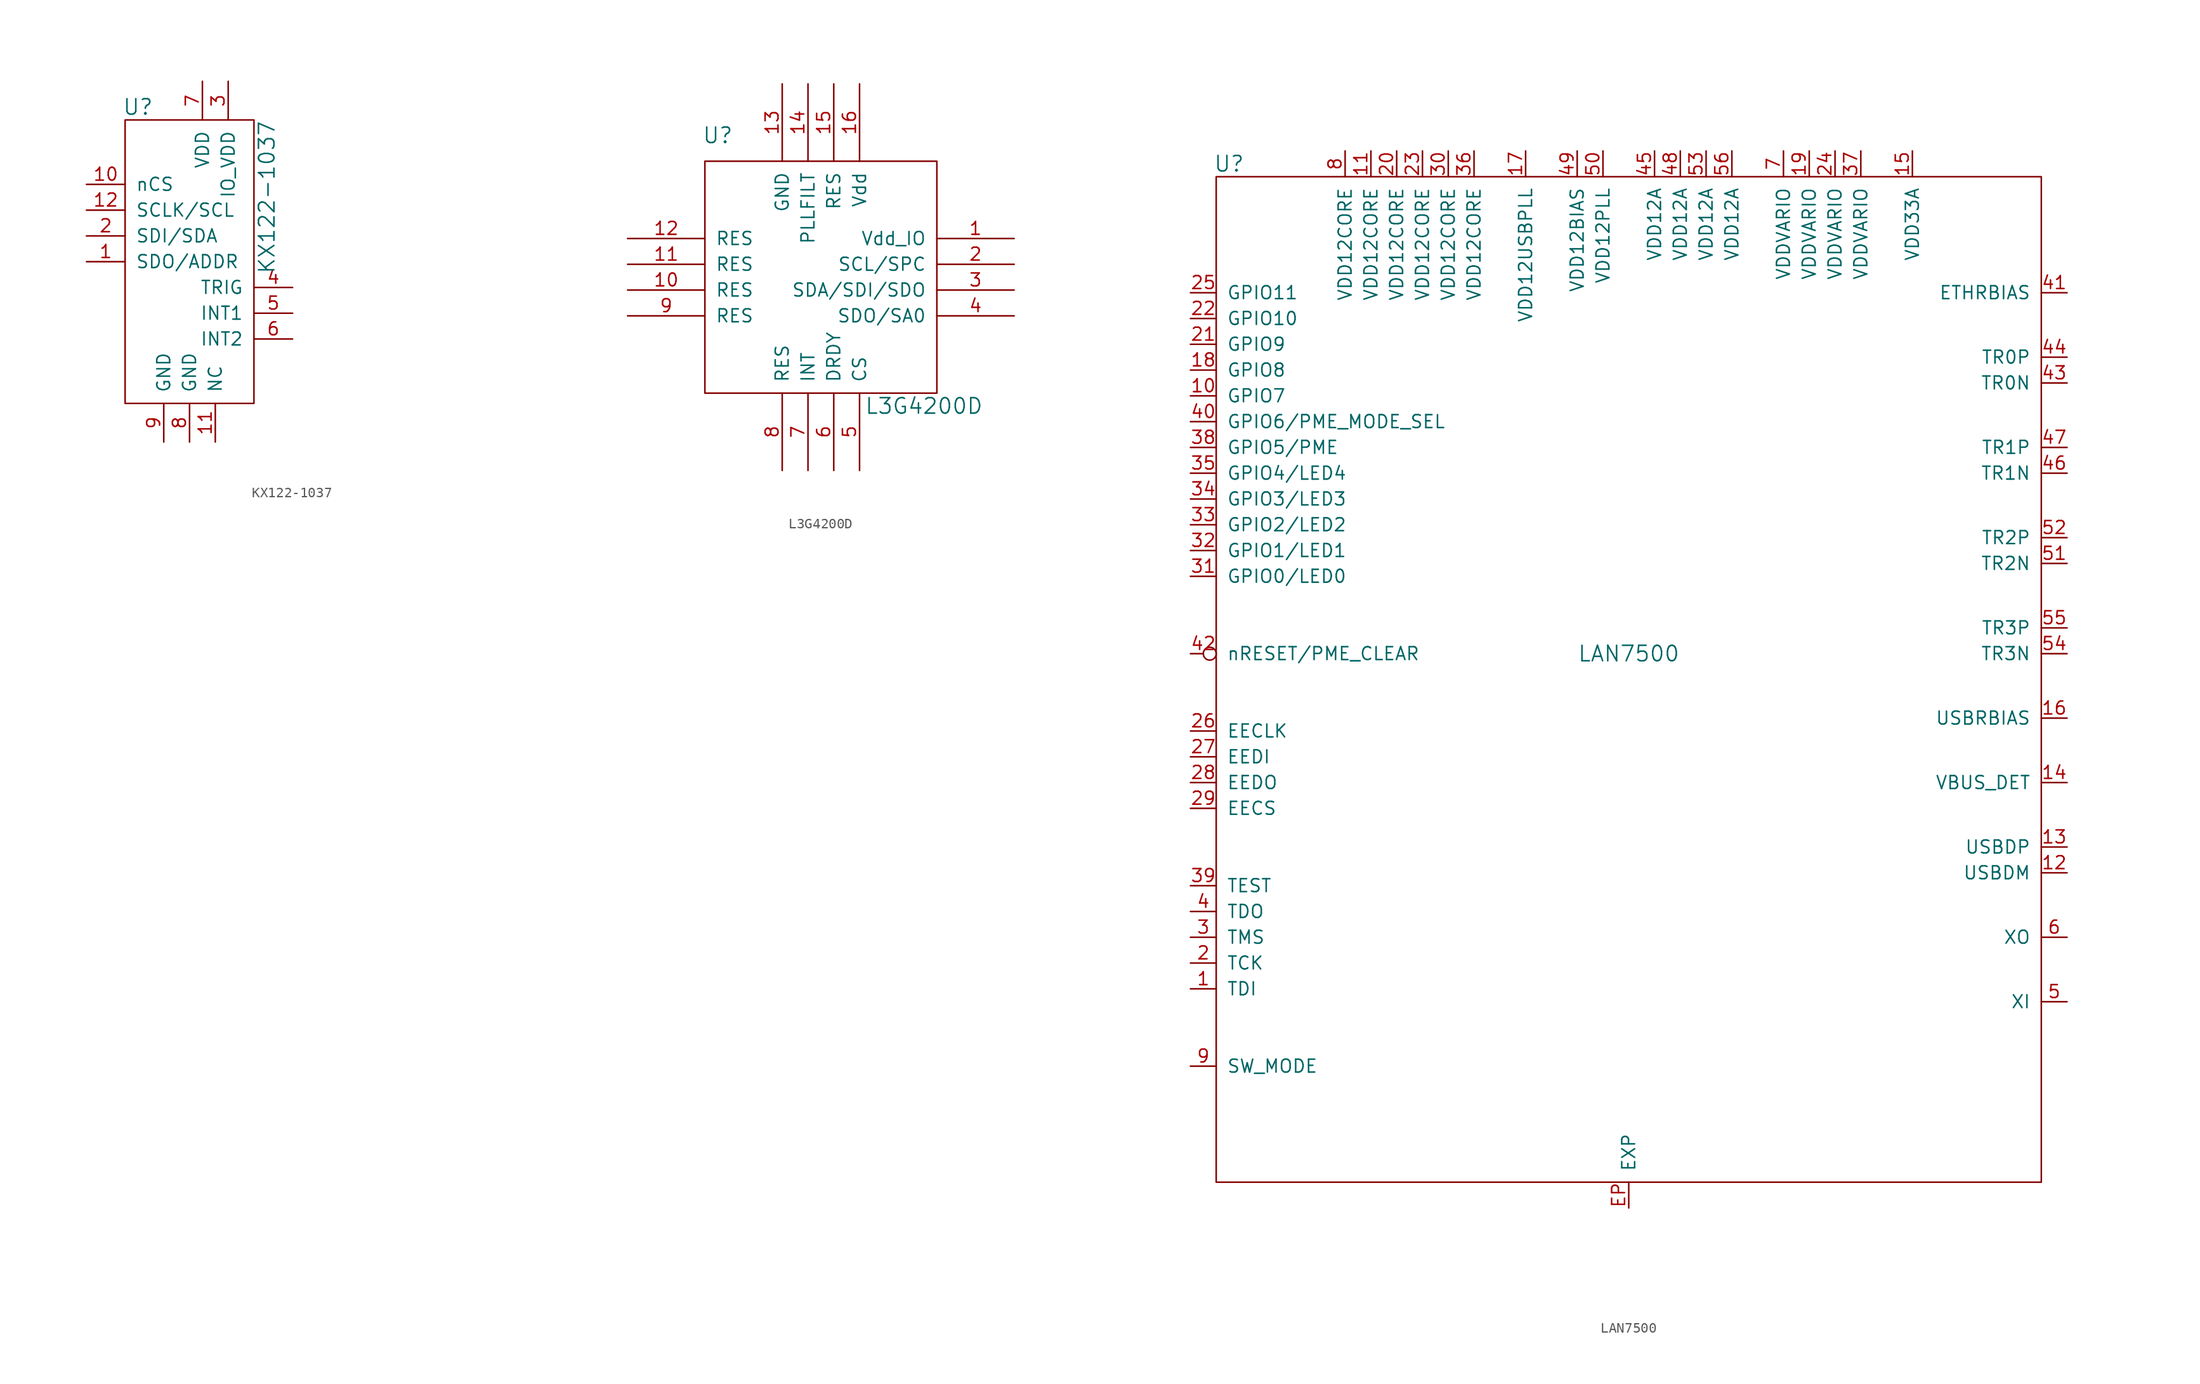
<source format=kicad_sym>
(kicad_symbol_lib
  (version 20210619)
  (generator kicad_symbol_editor)
  (symbol "tinkerforge:KX122-1037"
    (pin_names
      (offset 1.016))
    (property "Reference" "U"
      (at -5.08 15.24 0)
      (effects (font (size 1.524 1.524))))
    (property "Value" "KX122-1037"
      (at 7.62 6.35 90)
      (effects (font (size 1.524 1.524))))
    (property "Footprint" ""
      (at 30.48 -10.16 0)
      (effects (font (size 1.524 1.524))))
    (property "Datasheet" ""
      (at 30.48 -10.16 0)
      (effects (font (size 1.524 1.524))))
    (symbol "KX122-1037_0_1"
      (rectangle (start -6.35 13.97) (end 6.35 -13.97) (stroke (width 0)) (fill (type none))))
    (symbol "KX122-1037_1_1"
      (pin bidirectional line (at -10.16 0 0) (length 3.81) (name "SDO/ADDR" (effects (font (size 1.27 1.27)))) (number "1" (effects (font (size 1.27 1.27)))))
      (pin bidirectional line (at -10.16 7.62 0) (length 3.81) (name "nCS" (effects (font (size 1.27 1.27)))) (number "10" (effects (font (size 1.27 1.27)))))
      (pin bidirectional line (at 2.54 -17.78 90) (length 3.81) (name "NC" (effects (font (size 1.27 1.27)))) (number "11" (effects (font (size 1.27 1.27)))))
      (pin bidirectional line (at -10.16 5.08 0) (length 3.81) (name "SCLK/SCL" (effects (font (size 1.27 1.27)))) (number "12" (effects (font (size 1.27 1.27)))))
      (pin bidirectional line (at -10.16 2.54 0) (length 3.81) (name "SDI/SDA" (effects (font (size 1.27 1.27)))) (number "2" (effects (font (size 1.27 1.27)))))
      (pin bidirectional line (at 3.81 17.78 270) (length 3.81) (name "IO_VDD" (effects (font (size 1.27 1.27)))) (number "3" (effects (font (size 1.27 1.27)))))
      (pin bidirectional line (at 10.16 -2.54 180) (length 3.81) (name "TRIG" (effects (font (size 1.27 1.27)))) (number "4" (effects (font (size 1.27 1.27)))))
      (pin bidirectional line (at 10.16 -5.08 180) (length 3.81) (name "INT1" (effects (font (size 1.27 1.27)))) (number "5" (effects (font (size 1.27 1.27)))))
      (pin bidirectional line (at 10.16 -7.62 180) (length 3.81) (name "INT2" (effects (font (size 1.27 1.27)))) (number "6" (effects (font (size 1.27 1.27)))))
      (pin bidirectional line (at 1.27 17.78 270) (length 3.81) (name "VDD" (effects (font (size 1.27 1.27)))) (number "7" (effects (font (size 1.27 1.27)))))
      (pin bidirectional line (at 0 -17.78 90) (length 3.81) (name "GND" (effects (font (size 1.27 1.27)))) (number "8" (effects (font (size 1.27 1.27)))))
      (pin bidirectional line (at -2.54 -17.78 90) (length 3.81) (name "GND" (effects (font (size 1.27 1.27)))) (number "9" (effects (font (size 1.27 1.27)))))))
  (symbol "tinkerforge:L3G4200D"
    (pin_names
      (offset 1.016))
    (property "Reference" "U"
      (at -10.16 13.97 0)
      (effects (font (size 1.524 1.524))))
    (property "Value" "L3G4200D"
      (at 10.16 -12.7 0)
      (effects (font (size 1.524 1.524))))
    (property "Footprint" ""
      (at 0 0 0)
      (effects (font (size 1.524 1.524))))
    (property "Datasheet" ""
      (at 0 0 0)
      (effects (font (size 1.524 1.524))))
    (symbol "L3G4200D_0_1"
      (rectangle (start -11.43 11.43) (end 11.43 -11.43) (stroke (width 0)) (fill (type none))))
    (symbol "L3G4200D_1_1"
      (pin power_in line (at 19.05 3.81 180) (length 7.62) (name "Vdd_IO" (effects (font (size 1.27 1.27)))) (number "1" (effects (font (size 1.27 1.27)))))
      (pin passive line (at -19.05 -1.27 0) (length 7.62) (name "RES" (effects (font (size 1.27 1.27)))) (number "10" (effects (font (size 1.27 1.27)))))
      (pin passive line (at -19.05 1.27 0) (length 7.62) (name "RES" (effects (font (size 1.27 1.27)))) (number "11" (effects (font (size 1.27 1.27)))))
      (pin passive line (at -19.05 3.81 0) (length 7.62) (name "RES" (effects (font (size 1.27 1.27)))) (number "12" (effects (font (size 1.27 1.27)))))
      (pin passive line (at -3.81 19.05 270) (length 7.62) (name "GND" (effects (font (size 1.27 1.27)))) (number "13" (effects (font (size 1.27 1.27)))))
      (pin passive line (at -1.27 19.05 270) (length 7.62) (name "PLLFILT" (effects (font (size 1.27 1.27)))) (number "14" (effects (font (size 1.27 1.27)))))
      (pin passive line (at 1.27 19.05 270) (length 7.62) (name "RES" (effects (font (size 1.27 1.27)))) (number "15" (effects (font (size 1.27 1.27)))))
      (pin power_in line (at 3.81 19.05 270) (length 7.62) (name "Vdd" (effects (font (size 1.27 1.27)))) (number "16" (effects (font (size 1.27 1.27)))))
      (pin passive line (at 19.05 1.27 180) (length 7.62) (name "SCL/SPC" (effects (font (size 1.27 1.27)))) (number "2" (effects (font (size 1.27 1.27)))))
      (pin passive line (at 19.05 -1.27 180) (length 7.62) (name "SDA/SDI/SDO" (effects (font (size 1.27 1.27)))) (number "3" (effects (font (size 1.27 1.27)))))
      (pin passive line (at 19.05 -3.81 180) (length 7.62) (name "SDO/SA0" (effects (font (size 1.27 1.27)))) (number "4" (effects (font (size 1.27 1.27)))))
      (pin passive line (at 3.81 -19.05 90) (length 7.62) (name "CS" (effects (font (size 1.27 1.27)))) (number "5" (effects (font (size 1.27 1.27)))))
      (pin passive line (at 1.27 -19.05 90) (length 7.62) (name "DRDY" (effects (font (size 1.27 1.27)))) (number "6" (effects (font (size 1.27 1.27)))))
      (pin passive line (at -1.27 -19.05 90) (length 7.62) (name "INT" (effects (font (size 1.27 1.27)))) (number "7" (effects (font (size 1.27 1.27)))))
      (pin passive line (at -3.81 -19.05 90) (length 7.62) (name "RES" (effects (font (size 1.27 1.27)))) (number "8" (effects (font (size 1.27 1.27)))))
      (pin passive line (at -19.05 -3.81 0) (length 7.62) (name "RES" (effects (font (size 1.27 1.27)))) (number "9" (effects (font (size 1.27 1.27)))))))
  (symbol "tinkerforge:LAN7500"
    (pin_names
      (offset 1.016))
    (property "Reference" "U"
      (at -39.37 50.8 0)
      (effects (font (size 1.524 1.524))))
    (property "Value" "LAN7500"
      (at 0 2.54 0)
      (effects (font (size 1.524 1.524))))
    (symbol "LAN7500_0_1"
      (rectangle (start -40.64 49.53) (end 40.64 -49.53) (stroke (width 0)) (fill (type none))))
    (symbol "LAN7500_1_1"
      (pin passive line (at -43.18 -30.48 0) (length 2.54) (name "TDI" (effects (font (size 1.27 1.27)))) (number "1" (effects (font (size 1.27 1.27)))))
      (pin passive line (at -43.18 27.94 0) (length 2.54) (name "GPIO7" (effects (font (size 1.27 1.27)))) (number "10" (effects (font (size 1.27 1.27)))))
      (pin passive line (at -25.4 52.07 270) (length 2.54) (name "VDD12CORE" (effects (font (size 1.27 1.27)))) (number "11" (effects (font (size 1.27 1.27)))))
      (pin passive line (at 43.18 -19.05 180) (length 2.54) (name "USBDM" (effects (font (size 1.27 1.27)))) (number "12" (effects (font (size 1.27 1.27)))))
      (pin passive line (at 43.18 -16.51 180) (length 2.54) (name "USBDP" (effects (font (size 1.27 1.27)))) (number "13" (effects (font (size 1.27 1.27)))))
      (pin passive line (at 43.18 -10.16 180) (length 2.54) (name "VBUS_DET" (effects (font (size 1.27 1.27)))) (number "14" (effects (font (size 1.27 1.27)))))
      (pin passive line (at 27.94 52.07 270) (length 2.54) (name "VDD33A" (effects (font (size 1.27 1.27)))) (number "15" (effects (font (size 1.27 1.27)))))
      (pin passive line (at 43.18 -3.81 180) (length 2.54) (name "USBRBIAS" (effects (font (size 1.27 1.27)))) (number "16" (effects (font (size 1.27 1.27)))))
      (pin passive line (at -10.16 52.07 270) (length 2.54) (name "VDD12USBPLL" (effects (font (size 1.27 1.27)))) (number "17" (effects (font (size 1.27 1.27)))))
      (pin passive line (at -43.18 30.48 0) (length 2.54) (name "GPIO8" (effects (font (size 1.27 1.27)))) (number "18" (effects (font (size 1.27 1.27)))))
      (pin passive line (at 17.78 52.07 270) (length 2.54) (name "VDDVARIO" (effects (font (size 1.27 1.27)))) (number "19" (effects (font (size 1.27 1.27)))))
      (pin passive line (at -43.18 -27.94 0) (length 2.54) (name "TCK" (effects (font (size 1.27 1.27)))) (number "2" (effects (font (size 1.27 1.27)))))
      (pin passive line (at -22.86 52.07 270) (length 2.54) (name "VDD12CORE" (effects (font (size 1.27 1.27)))) (number "20" (effects (font (size 1.27 1.27)))))
      (pin passive line (at -43.18 33.02 0) (length 2.54) (name "GPIO9" (effects (font (size 1.27 1.27)))) (number "21" (effects (font (size 1.27 1.27)))))
      (pin passive line (at -43.18 35.56 0) (length 2.54) (name "GPIO10" (effects (font (size 1.27 1.27)))) (number "22" (effects (font (size 1.27 1.27)))))
      (pin passive line (at -20.32 52.07 270) (length 2.54) (name "VDD12CORE" (effects (font (size 1.27 1.27)))) (number "23" (effects (font (size 1.27 1.27)))))
      (pin passive line (at 20.32 52.07 270) (length 2.54) (name "VDDVARIO" (effects (font (size 1.27 1.27)))) (number "24" (effects (font (size 1.27 1.27)))))
      (pin passive line (at -43.18 38.1 0) (length 2.54) (name "GPIO11" (effects (font (size 1.27 1.27)))) (number "25" (effects (font (size 1.27 1.27)))))
      (pin passive line (at -43.18 -5.08 0) (length 2.54) (name "EECLK" (effects (font (size 1.27 1.27)))) (number "26" (effects (font (size 1.27 1.27)))))
      (pin passive line (at -43.18 -7.62 0) (length 2.54) (name "EEDI" (effects (font (size 1.27 1.27)))) (number "27" (effects (font (size 1.27 1.27)))))
      (pin passive line (at -43.18 -10.16 0) (length 2.54) (name "EEDO" (effects (font (size 1.27 1.27)))) (number "28" (effects (font (size 1.27 1.27)))))
      (pin passive line (at -43.18 -12.7 0) (length 2.54) (name "EECS" (effects (font (size 1.27 1.27)))) (number "29" (effects (font (size 1.27 1.27)))))
      (pin passive line (at -43.18 -25.4 0) (length 2.54) (name "TMS" (effects (font (size 1.27 1.27)))) (number "3" (effects (font (size 1.27 1.27)))))
      (pin passive line (at -17.78 52.07 270) (length 2.54) (name "VDD12CORE" (effects (font (size 1.27 1.27)))) (number "30" (effects (font (size 1.27 1.27)))))
      (pin passive line (at -43.18 10.16 0) (length 2.54) (name "GPIO0/LED0" (effects (font (size 1.27 1.27)))) (number "31" (effects (font (size 1.27 1.27)))))
      (pin passive line (at -43.18 12.7 0) (length 2.54) (name "GPIO1/LED1" (effects (font (size 1.27 1.27)))) (number "32" (effects (font (size 1.27 1.27)))))
      (pin passive line (at -43.18 15.24 0) (length 2.54) (name "GPIO2/LED2" (effects (font (size 1.27 1.27)))) (number "33" (effects (font (size 1.27 1.27)))))
      (pin passive line (at -43.18 17.78 0) (length 2.54) (name "GPIO3/LED3" (effects (font (size 1.27 1.27)))) (number "34" (effects (font (size 1.27 1.27)))))
      (pin passive line (at -43.18 20.32 0) (length 2.54) (name "GPIO4/LED4" (effects (font (size 1.27 1.27)))) (number "35" (effects (font (size 1.27 1.27)))))
      (pin passive line (at -15.24 52.07 270) (length 2.54) (name "VDD12CORE" (effects (font (size 1.27 1.27)))) (number "36" (effects (font (size 1.27 1.27)))))
      (pin passive line (at 22.86 52.07 270) (length 2.54) (name "VDDVARIO" (effects (font (size 1.27 1.27)))) (number "37" (effects (font (size 1.27 1.27)))))
      (pin passive line (at -43.18 22.86 0) (length 2.54) (name "GPIO5/PME" (effects (font (size 1.27 1.27)))) (number "38" (effects (font (size 1.27 1.27)))))
      (pin passive line (at -43.18 -20.32 0) (length 2.54) (name "TEST" (effects (font (size 1.27 1.27)))) (number "39" (effects (font (size 1.27 1.27)))))
      (pin passive line (at -43.18 -22.86 0) (length 2.54) (name "TDO" (effects (font (size 1.27 1.27)))) (number "4" (effects (font (size 1.27 1.27)))))
      (pin passive line (at -43.18 25.4 0) (length 2.54) (name "GPIO6/PME_MODE_SEL" (effects (font (size 1.27 1.27)))) (number "40" (effects (font (size 1.27 1.27)))))
      (pin passive line (at 43.18 38.1 180) (length 2.54) (name "ETHRBIAS" (effects (font (size 1.27 1.27)))) (number "41" (effects (font (size 1.27 1.27)))))
      (pin passive inverted (at -43.18 2.54 0) (length 2.54) (name "nRESET/PME_CLEAR" (effects (font (size 1.27 1.27)))) (number "42" (effects (font (size 1.27 1.27)))))
      (pin passive line (at 43.18 29.21 180) (length 2.54) (name "TR0N" (effects (font (size 1.27 1.27)))) (number "43" (effects (font (size 1.27 1.27)))))
      (pin passive line (at 43.18 31.75 180) (length 2.54) (name "TR0P" (effects (font (size 1.27 1.27)))) (number "44" (effects (font (size 1.27 1.27)))))
      (pin passive line (at 2.54 52.07 270) (length 2.54) (name "VDD12A" (effects (font (size 1.27 1.27)))) (number "45" (effects (font (size 1.27 1.27)))))
      (pin passive line (at 43.18 20.32 180) (length 2.54) (name "TR1N" (effects (font (size 1.27 1.27)))) (number "46" (effects (font (size 1.27 1.27)))))
      (pin passive line (at 43.18 22.86 180) (length 2.54) (name "TR1P" (effects (font (size 1.27 1.27)))) (number "47" (effects (font (size 1.27 1.27)))))
      (pin passive line (at 5.08 52.07 270) (length 2.54) (name "VDD12A" (effects (font (size 1.27 1.27)))) (number "48" (effects (font (size 1.27 1.27)))))
      (pin passive line (at -5.08 52.07 270) (length 2.54) (name "VDD12BIAS" (effects (font (size 1.27 1.27)))) (number "49" (effects (font (size 1.27 1.27)))))
      (pin passive line (at 43.18 -31.75 180) (length 2.54) (name "XI" (effects (font (size 1.27 1.27)))) (number "5" (effects (font (size 1.27 1.27)))))
      (pin passive line (at -2.54 52.07 270) (length 2.54) (name "VDD12PLL" (effects (font (size 1.27 1.27)))) (number "50" (effects (font (size 1.27 1.27)))))
      (pin passive line (at 43.18 11.43 180) (length 2.54) (name "TR2N" (effects (font (size 1.27 1.27)))) (number "51" (effects (font (size 1.27 1.27)))))
      (pin passive line (at 43.18 13.97 180) (length 2.54) (name "TR2P" (effects (font (size 1.27 1.27)))) (number "52" (effects (font (size 1.27 1.27)))))
      (pin passive line (at 7.62 52.07 270) (length 2.54) (name "VDD12A" (effects (font (size 1.27 1.27)))) (number "53" (effects (font (size 1.27 1.27)))))
      (pin passive line (at 43.18 2.54 180) (length 2.54) (name "TR3N" (effects (font (size 1.27 1.27)))) (number "54" (effects (font (size 1.27 1.27)))))
      (pin passive line (at 43.18 5.08 180) (length 2.54) (name "TR3P" (effects (font (size 1.27 1.27)))) (number "55" (effects (font (size 1.27 1.27)))))
      (pin passive line (at 10.16 52.07 270) (length 2.54) (name "VDD12A" (effects (font (size 1.27 1.27)))) (number "56" (effects (font (size 1.27 1.27)))))
      (pin passive line (at 43.18 -25.4 180) (length 2.54) (name "XO" (effects (font (size 1.27 1.27)))) (number "6" (effects (font (size 1.27 1.27)))))
      (pin passive line (at 15.24 52.07 270) (length 2.54) (name "VDDVARIO" (effects (font (size 1.27 1.27)))) (number "7" (effects (font (size 1.27 1.27)))))
      (pin passive line (at -27.94 52.07 270) (length 2.54) (name "VDD12CORE" (effects (font (size 1.27 1.27)))) (number "8" (effects (font (size 1.27 1.27)))))
      (pin passive line (at -43.18 -38.1 0) (length 2.54) (name "SW_MODE" (effects (font (size 1.27 1.27)))) (number "9" (effects (font (size 1.27 1.27)))))
      (pin passive line (at 0 -52.07 90) (length 2.54) (name "EXP" (effects (font (size 1.27 1.27)))) (number "EP" (effects (font (size 1.27 1.27))))))))
</source>
